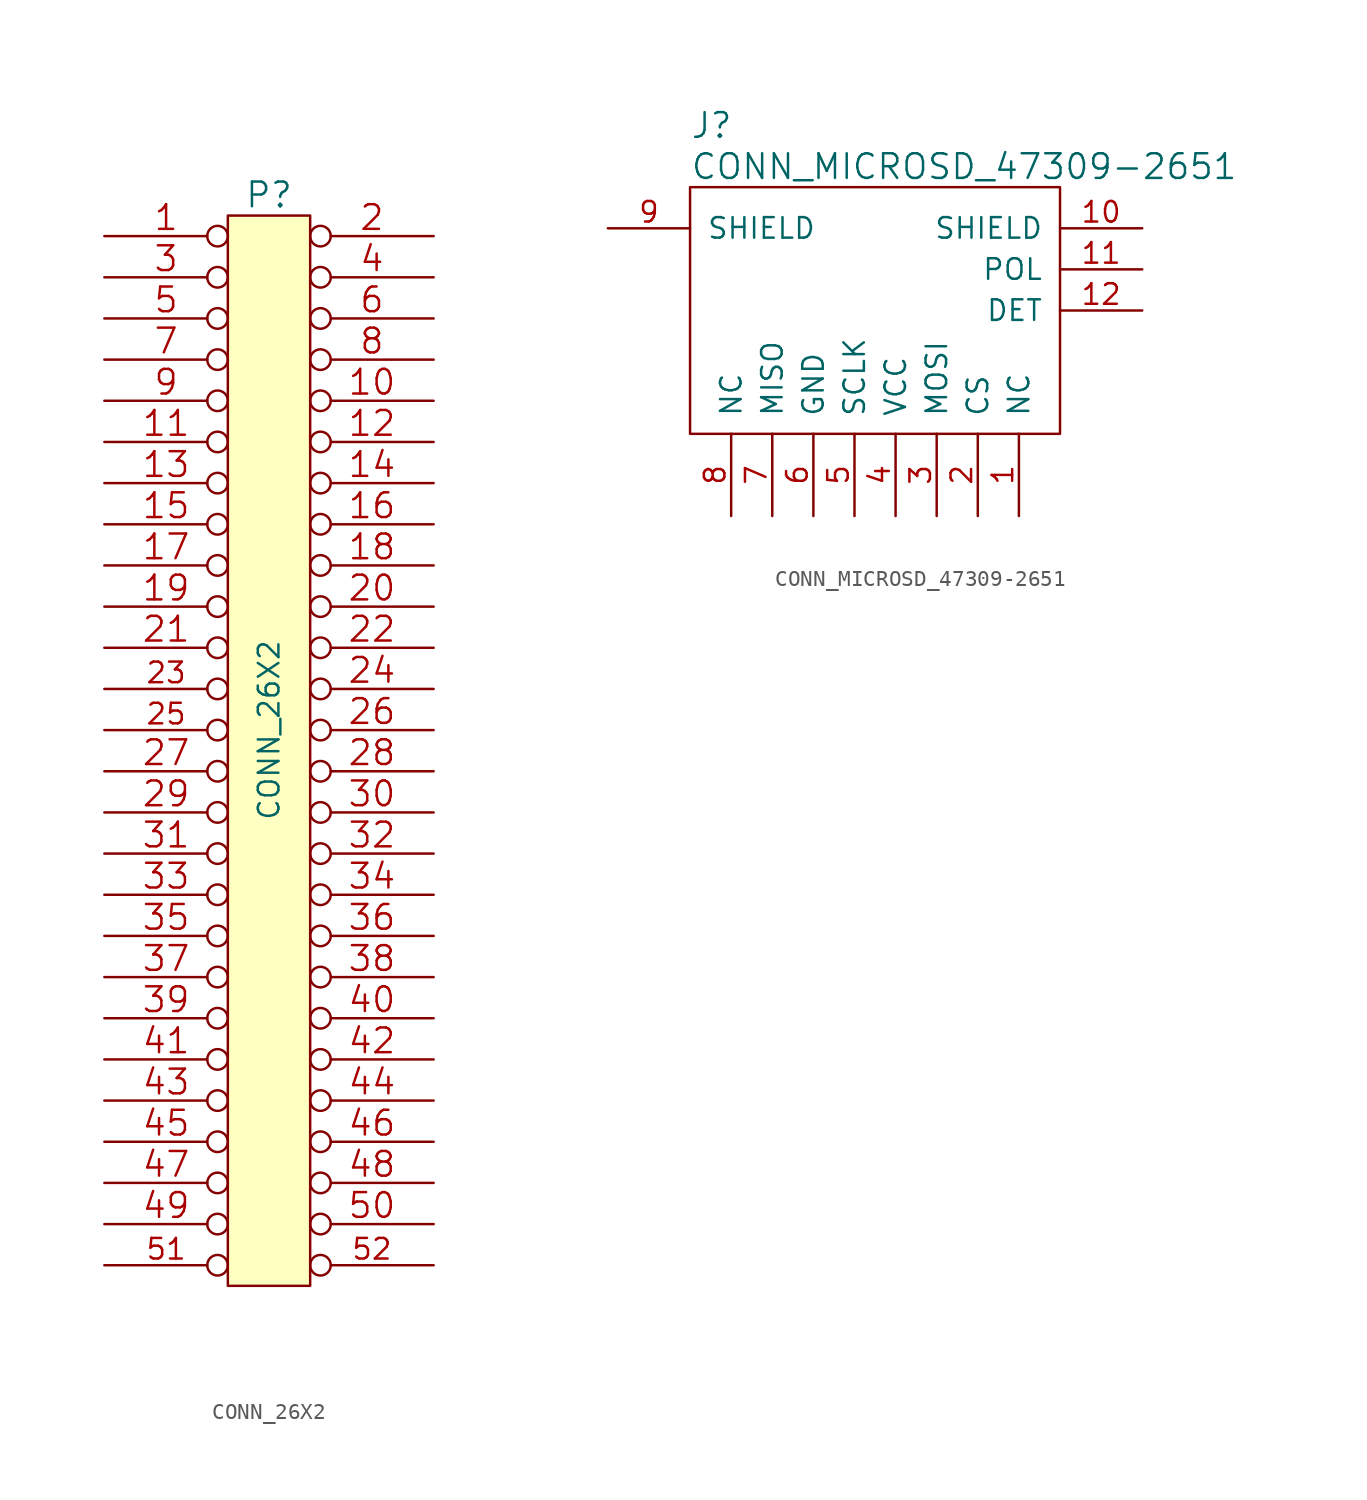
<source format=kicad_sym>
(kicad_symbol_lib
  (version 20211014)
  (generator kicad_symbol_editor)
  (symbol "CONN_26X2"
    (pin_names
      (offset 0.254) hide)
    (property "Reference" "P"
      (at 0 33.02 0)
      (effects (font (size 1.524 1.524))))
    (property "Value" "CONN_26X2"
      (at 0 0 90)
      (effects (font (size 1.27 1.27))))
    (property "Footprint" ""
      (at 0 0 0)
      (effects (font (size 1.524 1.524))))
    (property "Datasheet" ""
      (at 0 0 0)
      (effects (font (size 1.524 1.524))))
    (symbol "CONN_26X2_0_1"
      (rectangle (start -2.54 31.75) (end 2.54 -34.29) (stroke (width 0) (type default) (color 0 0 0 0)) (fill (type background))))
    (symbol "CONN_26X2_1_1"
      (pin passive inverted (at -10.16 30.48 0) (length 7.62) (name "P1" (effects (font (size 0.762 0.762)))) (number "1" (effects (font (size 1.524 1.524)))))
      (pin passive inverted (at 10.16 20.32 180) (length 7.62) (name "P10" (effects (font (size 0.762 0.762)))) (number "10" (effects (font (size 1.524 1.524)))))
      (pin passive inverted (at -10.16 17.78 0) (length 7.62) (name "P11" (effects (font (size 0.762 0.762)))) (number "11" (effects (font (size 1.524 1.524)))))
      (pin passive inverted (at 10.16 17.78 180) (length 7.62) (name "P12" (effects (font (size 0.762 0.762)))) (number "12" (effects (font (size 1.524 1.524)))))
      (pin passive inverted (at -10.16 15.24 0) (length 7.62) (name "P13" (effects (font (size 0.762 0.762)))) (number "13" (effects (font (size 1.524 1.524)))))
      (pin passive inverted (at 10.16 15.24 180) (length 7.62) (name "P14" (effects (font (size 0.762 0.762)))) (number "14" (effects (font (size 1.524 1.524)))))
      (pin passive inverted (at -10.16 12.7 0) (length 7.62) (name "P15" (effects (font (size 0.762 0.762)))) (number "15" (effects (font (size 1.524 1.524)))))
      (pin passive inverted (at 10.16 12.7 180) (length 7.62) (name "P16" (effects (font (size 0.762 0.762)))) (number "16" (effects (font (size 1.524 1.524)))))
      (pin passive inverted (at -10.16 10.16 0) (length 7.62) (name "P17" (effects (font (size 0.762 0.762)))) (number "17" (effects (font (size 1.524 1.524)))))
      (pin passive inverted (at 10.16 10.16 180) (length 7.62) (name "P18" (effects (font (size 0.762 0.762)))) (number "18" (effects (font (size 1.524 1.524)))))
      (pin passive inverted (at -10.16 7.62 0) (length 7.62) (name "P19" (effects (font (size 0.762 0.762)))) (number "19" (effects (font (size 1.524 1.524)))))
      (pin passive inverted (at 10.16 30.48 180) (length 7.62) (name "P2" (effects (font (size 0.762 0.762)))) (number "2" (effects (font (size 1.524 1.524)))))
      (pin passive inverted (at 10.16 7.62 180) (length 7.62) (name "P20" (effects (font (size 0.762 0.762)))) (number "20" (effects (font (size 1.524 1.524)))))
      (pin passive inverted (at -10.16 5.08 0) (length 7.62) (name "P21" (effects (font (size 0.762 0.762)))) (number "21" (effects (font (size 1.524 1.524)))))
      (pin passive inverted (at 10.16 5.08 180) (length 7.62) (name "P22" (effects (font (size 0.762 0.762)))) (number "22" (effects (font (size 1.524 1.524)))))
      (pin input inverted (at -10.16 2.54 0) (length 7.62) (name "P23" (effects (font (size 1.27 1.27)))) (number "23" (effects (font (size 1.27 1.27)))))
      (pin passive inverted (at 10.16 2.54 180) (length 7.62) (name "P24" (effects (font (size 0.762 0.762)))) (number "24" (effects (font (size 1.524 1.524)))))
      (pin input inverted (at -10.16 0 0) (length 7.62) (name "P25" (effects (font (size 1.27 1.27)))) (number "25" (effects (font (size 1.27 1.27)))))
      (pin passive inverted (at 10.16 0 180) (length 7.62) (name "P26" (effects (font (size 0.762 0.762)))) (number "26" (effects (font (size 1.524 1.524)))))
      (pin passive inverted (at -10.16 -2.54 0) (length 7.62) (name "P27" (effects (font (size 0.762 0.762)))) (number "27" (effects (font (size 1.524 1.524)))))
      (pin passive inverted (at 10.16 -2.54 180) (length 7.62) (name "P28" (effects (font (size 0.762 0.762)))) (number "28" (effects (font (size 1.524 1.524)))))
      (pin passive inverted (at -10.16 -5.08 0) (length 7.62) (name "P29" (effects (font (size 0.762 0.762)))) (number "29" (effects (font (size 1.524 1.524)))))
      (pin passive inverted (at -10.16 27.94 0) (length 7.62) (name "P3" (effects (font (size 0.762 0.762)))) (number "3" (effects (font (size 1.524 1.524)))))
      (pin passive inverted (at 10.16 -5.08 180) (length 7.62) (name "P30" (effects (font (size 0.762 0.762)))) (number "30" (effects (font (size 1.524 1.524)))))
      (pin passive inverted (at -10.16 -7.62 0) (length 7.62) (name "P31" (effects (font (size 0.762 0.762)))) (number "31" (effects (font (size 1.524 1.524)))))
      (pin passive inverted (at 10.16 -7.62 180) (length 7.62) (name "P32" (effects (font (size 0.762 0.762)))) (number "32" (effects (font (size 1.524 1.524)))))
      (pin passive inverted (at -10.16 -10.16 0) (length 7.62) (name "P33" (effects (font (size 0.762 0.762)))) (number "33" (effects (font (size 1.524 1.524)))))
      (pin passive inverted (at 10.16 -10.16 180) (length 7.62) (name "P34" (effects (font (size 0.762 0.762)))) (number "34" (effects (font (size 1.524 1.524)))))
      (pin passive inverted (at -10.16 -12.7 0) (length 7.62) (name "P35" (effects (font (size 0.762 0.762)))) (number "35" (effects (font (size 1.524 1.524)))))
      (pin passive inverted (at 10.16 -12.7 180) (length 7.62) (name "P36" (effects (font (size 0.762 0.762)))) (number "36" (effects (font (size 1.524 1.524)))))
      (pin passive inverted (at -10.16 -15.24 0) (length 7.62) (name "P37" (effects (font (size 0.762 0.762)))) (number "37" (effects (font (size 1.524 1.524)))))
      (pin passive inverted (at 10.16 -15.24 180) (length 7.62) (name "P38" (effects (font (size 0.762 0.762)))) (number "38" (effects (font (size 1.524 1.524)))))
      (pin passive inverted (at -10.16 -17.78 0) (length 7.62) (name "P39" (effects (font (size 0.762 0.762)))) (number "39" (effects (font (size 1.524 1.524)))))
      (pin passive inverted (at 10.16 27.94 180) (length 7.62) (name "P4" (effects (font (size 0.762 0.762)))) (number "4" (effects (font (size 1.524 1.524)))))
      (pin passive inverted (at 10.16 -17.78 180) (length 7.62) (name "P40" (effects (font (size 0.762 0.762)))) (number "40" (effects (font (size 1.524 1.524)))))
      (pin passive inverted (at -10.16 -20.32 0) (length 7.62) (name "P41" (effects (font (size 0.762 0.762)))) (number "41" (effects (font (size 1.524 1.524)))))
      (pin passive inverted (at 10.16 -20.32 180) (length 7.62) (name "P42" (effects (font (size 0.762 0.762)))) (number "42" (effects (font (size 1.524 1.524)))))
      (pin passive inverted (at -10.16 -22.86 0) (length 7.62) (name "P43" (effects (font (size 0.762 0.762)))) (number "43" (effects (font (size 1.524 1.524)))))
      (pin passive inverted (at 10.16 -22.86 180) (length 7.62) (name "P44" (effects (font (size 0.762 0.762)))) (number "44" (effects (font (size 1.524 1.524)))))
      (pin passive inverted (at -10.16 -25.4 0) (length 7.62) (name "P45" (effects (font (size 0.762 0.762)))) (number "45" (effects (font (size 1.524 1.524)))))
      (pin passive inverted (at 10.16 -25.4 180) (length 7.62) (name "P46" (effects (font (size 0.762 0.762)))) (number "46" (effects (font (size 1.524 1.524)))))
      (pin passive inverted (at -10.16 -27.94 0) (length 7.62) (name "P47" (effects (font (size 0.762 0.762)))) (number "47" (effects (font (size 1.524 1.524)))))
      (pin passive inverted (at 10.16 -27.94 180) (length 7.62) (name "P48" (effects (font (size 0.762 0.762)))) (number "48" (effects (font (size 1.524 1.524)))))
      (pin passive inverted (at -10.16 -30.48 0) (length 7.62) (name "P49" (effects (font (size 0.762 0.762)))) (number "49" (effects (font (size 1.524 1.524)))))
      (pin passive inverted (at -10.16 25.4 0) (length 7.62) (name "P5" (effects (font (size 0.762 0.762)))) (number "5" (effects (font (size 1.524 1.524)))))
      (pin passive inverted (at 10.16 -30.48 180) (length 7.62) (name "P50" (effects (font (size 0.762 0.762)))) (number "50" (effects (font (size 1.524 1.524)))))
      (pin passive inverted (at -10.16 -33.02 0) (length 7.62) (name "~" (effects (font (size 1.27 1.27)))) (number "51" (effects (font (size 1.27 1.27)))))
      (pin passive inverted (at 10.16 -33.02 180) (length 7.62) (name "~" (effects (font (size 1.27 1.27)))) (number "52" (effects (font (size 1.27 1.27)))))
      (pin passive inverted (at 10.16 25.4 180) (length 7.62) (name "P6" (effects (font (size 0.762 0.762)))) (number "6" (effects (font (size 1.524 1.524)))))
      (pin passive inverted (at -10.16 22.86 0) (length 7.62) (name "P7" (effects (font (size 0.762 0.762)))) (number "7" (effects (font (size 1.524 1.524)))))
      (pin passive inverted (at 10.16 22.86 180) (length 7.62) (name "P8" (effects (font (size 0.762 0.762)))) (number "8" (effects (font (size 1.524 1.524)))))
      (pin passive inverted (at -10.16 20.32 0) (length 7.62) (name "P9" (effects (font (size 0.762 0.762)))) (number "9" (effects (font (size 1.524 1.524)))))))
  (symbol "CONN_MICROSD_47309-2651"
    (pin_names
      (offset 1.016))
    (property "Reference" "J"
      (at 0 3.81 0)
      (effects (font (size 1.524 1.524)) (justify left)))
    (property "Value" "CONN_MICROSD_47309-2651"
      (at 0 1.27 0)
      (effects (font (size 1.524 1.524)) (justify left)))
    (property "Footprint" ""
      (at 0 0 0)
      (effects (font (size 1.524 1.524))))
    (property "Datasheet" ""
      (at 0 0 0)
      (effects (font (size 1.524 1.524))))
    (property "ki_locked" ""
      (at 0 0 0)
      (effects (font (size 1.27 1.27))))
    (symbol "CONN_MICROSD_47309-2651_1_1"
      (rectangle (start 0 0) (end 22.86 -15.24) (stroke (width 0) (type default) (color 0 0 0 0)) (fill (type none)))
      (pin power_in line (at 20.32 -20.32 90) (length 5.08) (name "NC" (effects (font (size 1.27 1.27)))) (number "1" (effects (font (size 1.27 1.27)))))
      (pin power_in line (at 27.94 -2.54 180) (length 5.08) (name "SHIELD" (effects (font (size 1.27 1.27)))) (number "10" (effects (font (size 1.27 1.27)))))
      (pin power_in line (at 27.94 -5.08 180) (length 5.08) (name "POL" (effects (font (size 1.27 1.27)))) (number "11" (effects (font (size 1.27 1.27)))))
      (pin power_in line (at 27.94 -7.62 180) (length 5.08) (name "DET" (effects (font (size 1.27 1.27)))) (number "12" (effects (font (size 1.27 1.27)))))
      (pin power_in line (at 17.78 -20.32 90) (length 5.08) (name "CS" (effects (font (size 1.27 1.27)))) (number "2" (effects (font (size 1.27 1.27)))))
      (pin power_in line (at 15.24 -20.32 90) (length 5.08) (name "MOSI" (effects (font (size 1.27 1.27)))) (number "3" (effects (font (size 1.27 1.27)))))
      (pin power_in line (at 12.7 -20.32 90) (length 5.08) (name "VCC" (effects (font (size 1.27 1.27)))) (number "4" (effects (font (size 1.27 1.27)))))
      (pin power_in line (at 10.16 -20.32 90) (length 5.08) (name "SCLK" (effects (font (size 1.27 1.27)))) (number "5" (effects (font (size 1.27 1.27)))))
      (pin power_in line (at 7.62 -20.32 90) (length 5.08) (name "GND" (effects (font (size 1.27 1.27)))) (number "6" (effects (font (size 1.27 1.27)))))
      (pin power_in line (at 5.08 -20.32 90) (length 5.08) (name "MISO" (effects (font (size 1.27 1.27)))) (number "7" (effects (font (size 1.27 1.27)))))
      (pin power_in line (at 2.54 -20.32 90) (length 5.08) (name "NC" (effects (font (size 1.27 1.27)))) (number "8" (effects (font (size 1.27 1.27)))))
      (pin power_in line (at -5.08 -2.54 0) (length 5.08) (name "SHIELD" (effects (font (size 1.27 1.27)))) (number "9" (effects (font (size 1.27 1.27))))))))
</source>
